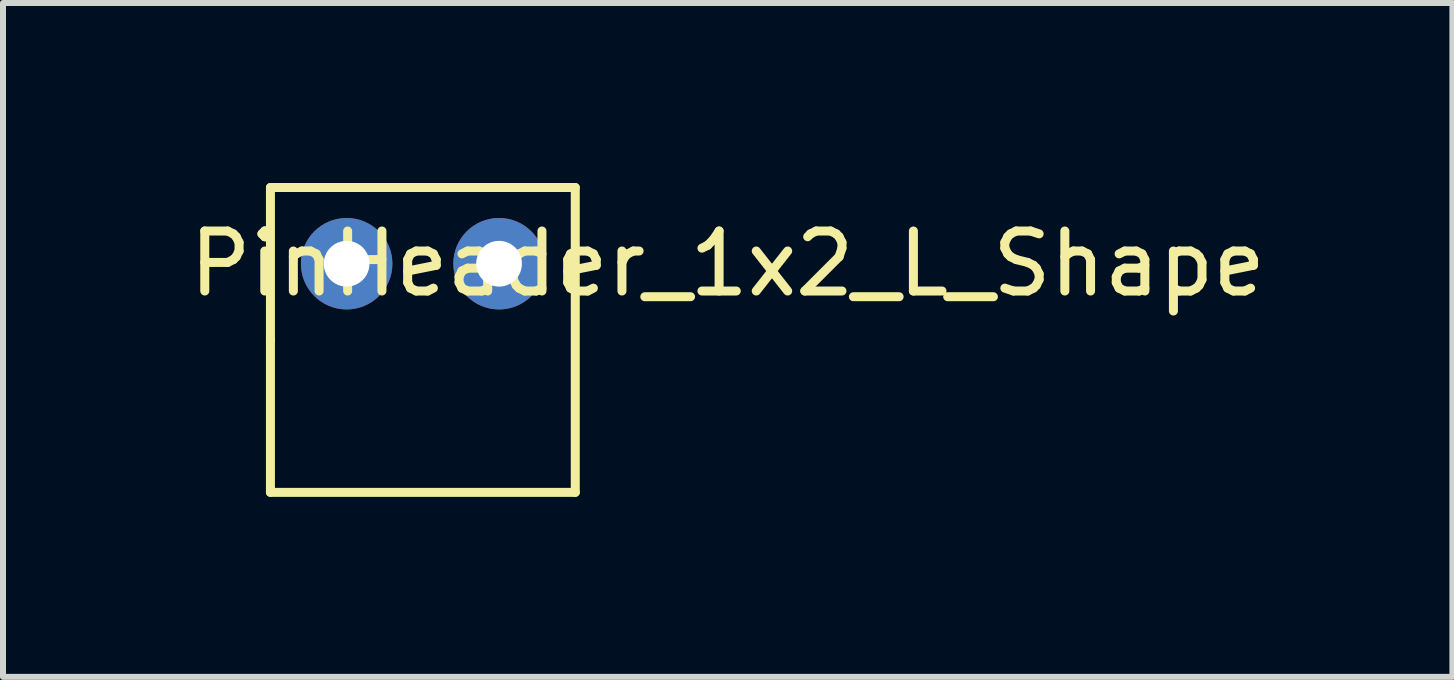
<source format=kicad_pcb>
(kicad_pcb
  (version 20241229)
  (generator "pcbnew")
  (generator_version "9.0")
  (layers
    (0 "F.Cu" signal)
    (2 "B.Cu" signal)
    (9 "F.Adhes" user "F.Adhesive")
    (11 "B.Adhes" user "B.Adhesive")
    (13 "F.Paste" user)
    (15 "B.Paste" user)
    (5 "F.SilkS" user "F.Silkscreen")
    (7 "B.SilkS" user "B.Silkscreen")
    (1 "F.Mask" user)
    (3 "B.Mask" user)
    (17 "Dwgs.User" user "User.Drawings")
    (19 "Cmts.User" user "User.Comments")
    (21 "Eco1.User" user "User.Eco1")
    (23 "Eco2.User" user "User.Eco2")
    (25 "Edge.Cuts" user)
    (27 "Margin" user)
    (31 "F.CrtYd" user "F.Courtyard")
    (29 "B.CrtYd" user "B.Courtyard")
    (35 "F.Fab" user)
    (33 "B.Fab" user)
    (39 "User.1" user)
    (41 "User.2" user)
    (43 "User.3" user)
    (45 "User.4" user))
  (footprint "PinHeader_1x2_L_Shape"
    (layer "F.Cu")
    (at 3.997 1.345)
    (property "Reference" "PinHeader_1x2_L_Shape" (at 5.08 0 0) (layer "F.SilkS") (effects (font (size 1 1) (thickness 0.15))))
    (attr through_hole)
    (fp_line (start -2.54 -1.27) (end -2.54 1.27) (stroke (width 0.15) (type solid)) (layer "F.SilkS"))
    (fp_line (start -2.54 1.27) (end -2.54 3.81) (stroke (width 0.15) (type solid)) (layer "F.SilkS"))
    (fp_line (start -2.54 3.81) (end 2.54 3.81) (stroke (width 0.15) (type solid)) (layer "F.SilkS"))
    (fp_line (start 2.54 -1.27) (end -2.54 -1.27) (stroke (width 0.15) (type solid)) (layer "F.SilkS"))
    (fp_line (start 2.54 3.81) (end 2.54 -1.27) (stroke (width 0.15) (type solid)) (layer "F.SilkS"))
    (pad "1" thru_hole circle (at 1.27 0) (size 1.524 1.524) (drill 0.762) (layers "*.Cu" "*.Mask"))
    (pad "2" thru_hole circle (at -1.27 0) (size 1.524 1.524) (drill 0.762) (layers "*.Cu" "*.Mask")))
  (gr_rect
    (start -3 -3)
    (end 21.155 8.23)
    (stroke (width 0.1) (type default))
    (fill no)
    (layer "Edge.Cuts")))
</source>
